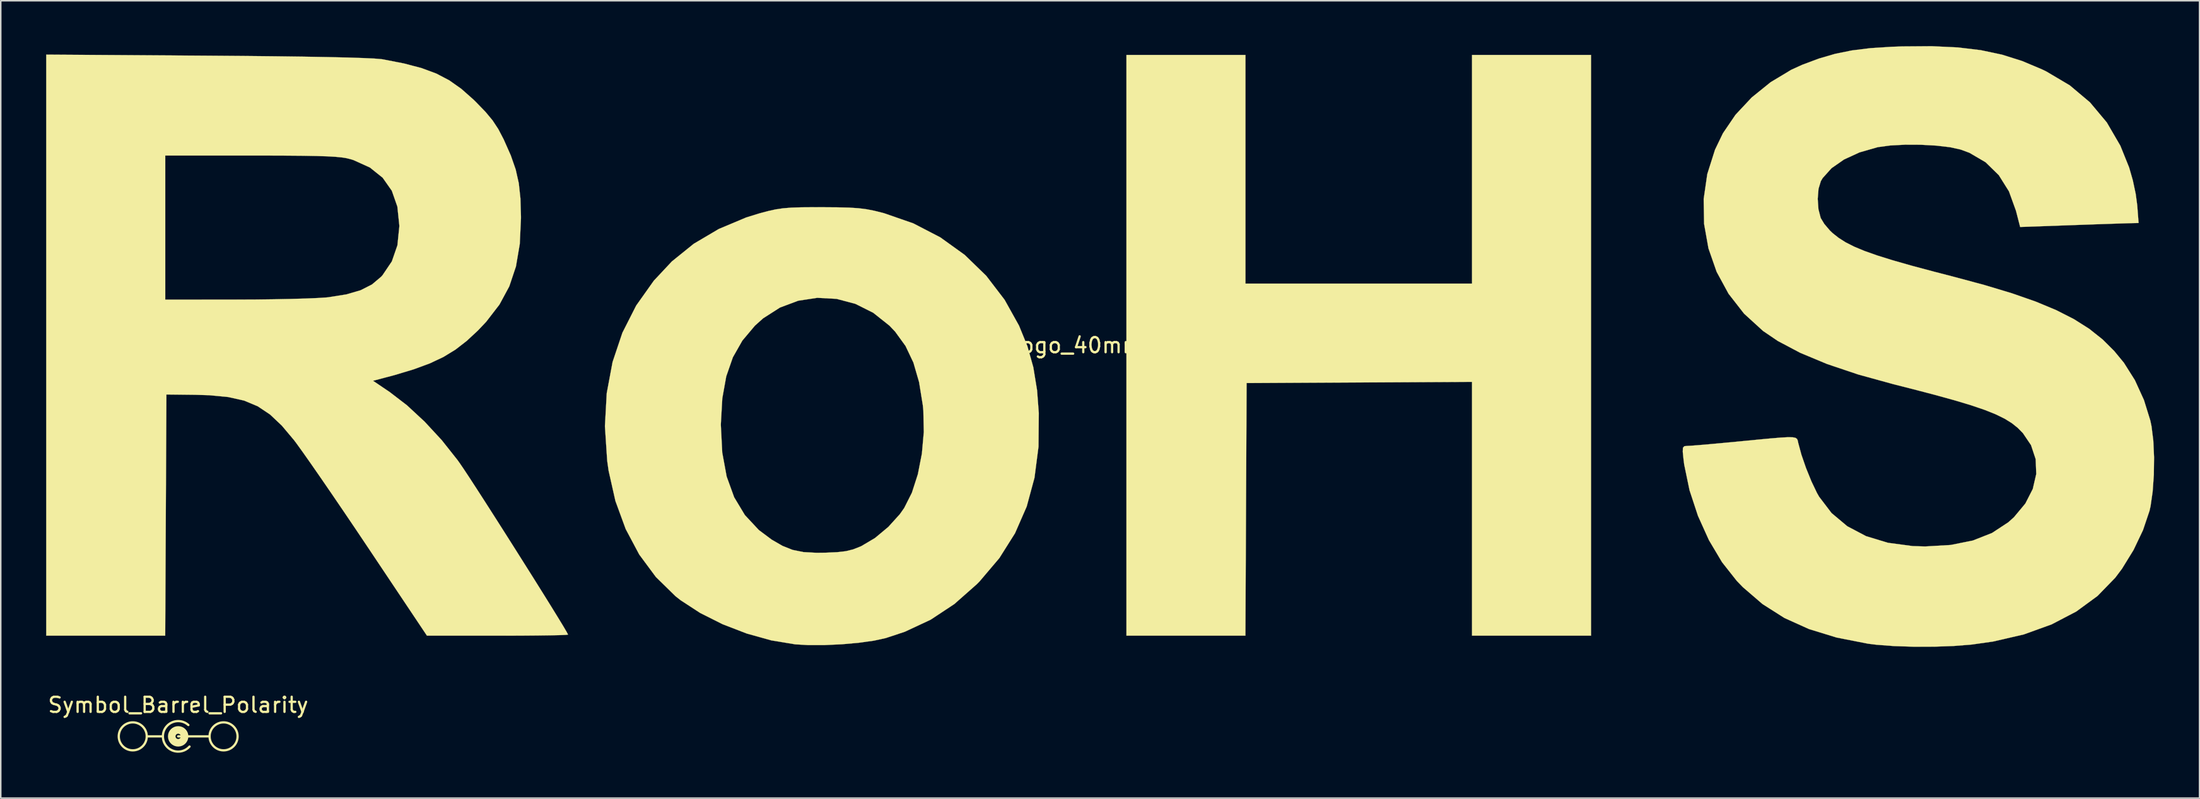
<source format=kicad_pcb>
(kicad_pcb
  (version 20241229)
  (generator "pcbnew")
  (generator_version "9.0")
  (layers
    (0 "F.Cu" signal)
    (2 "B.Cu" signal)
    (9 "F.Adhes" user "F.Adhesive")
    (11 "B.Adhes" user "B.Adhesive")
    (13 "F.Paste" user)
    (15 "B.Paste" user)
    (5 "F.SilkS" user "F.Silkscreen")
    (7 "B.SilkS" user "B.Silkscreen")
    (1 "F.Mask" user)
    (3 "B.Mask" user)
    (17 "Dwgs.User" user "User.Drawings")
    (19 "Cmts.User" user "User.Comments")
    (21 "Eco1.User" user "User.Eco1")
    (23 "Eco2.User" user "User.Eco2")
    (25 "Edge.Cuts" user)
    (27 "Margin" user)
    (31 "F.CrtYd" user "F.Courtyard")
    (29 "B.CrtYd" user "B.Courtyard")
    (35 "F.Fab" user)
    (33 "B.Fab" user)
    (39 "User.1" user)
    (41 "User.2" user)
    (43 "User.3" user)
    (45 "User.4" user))
  (footprint "RoHS-Logo_40mm_SilkScreen"
    (layer "F.Cu")
    (at 69.704 19.785)
    (property "Reference" "RoHS-Logo_40mm_SilkScreen" (at 0 0 0) (layer "F.SilkS") (effects (font (size 1 1) (thickness 0.15))))
    (attr exclude_from_pos_files exclude_from_bom)
    (fp_poly (pts (xy 9.525 -4.082) (xy 24.493 -4.082) (xy 24.493 -19.201) (xy 32.355 -19.201) (xy 32.355 19.201) (xy 24.493 19.201) (xy 24.493 2.416) (xy 9.601 2.495) (xy 9.522 19.201) (xy 1.663 19.201) (xy 1.663 -19.201) (xy 9.525 -19.201) (xy 9.525 -4.082)) (stroke (width 0.01) (type solid)) (fill yes) (layer "F.SilkS"))
    (fp_poly (pts (xy -18.445 -9.132) (xy -17.436 -9.125) (xy -16.658 -9.106) (xy -16.041 -9.066) (xy -15.514 -9) (xy -15.006 -8.901) (xy -14.447 -8.762) (xy -14.353 -8.737) (xy -12.419 -8.065) (xy -10.635 -7.14) (xy -9.022 -5.979) (xy -7.599 -4.597) (xy -6.387 -3.012) (xy -5.434 -1.302) (xy -4.88 0.057) (xy -4.489 1.453) (xy -4.242 2.971) (xy -4.128 4.476) (xy -4.147 6.701) (xy -4.412 8.758) (xy -4.927 10.661) (xy -5.698 12.426) (xy -6.732 14.068) (xy -8.033 15.603) (xy -8.233 15.806) (xy -9.709 17.11) (xy -11.273 18.144) (xy -12.977 18.94) (xy -14.238 19.359) (xy -15.027 19.531) (xy -16.025 19.67) (xy -17.142 19.769) (xy -18.285 19.822) (xy -19.365 19.823) (xy -20.216 19.773) (xy -21.794 19.513) (xy -23.421 19.059) (xy -25.017 18.443) (xy -26.5 17.698) (xy -27.791 16.856) (xy -28.134 16.585) (xy -29.425 15.319) (xy -30.524 13.834) (xy -31.418 12.152) (xy -32.097 10.296) (xy -32.548 8.29) (xy -32.641 7.635) (xy -32.791 5.346) (xy -32.788 5.292) (xy -25.132 5.292) (xy -25.04 7.093) (xy -24.749 8.675) (xy -24.252 10.048) (xy -23.545 11.224) (xy -22.623 12.214) (xy -21.771 12.851) (xy -21.063 13.26) (xy -20.397 13.526) (xy -19.679 13.672) (xy -18.812 13.72) (xy -18.218 13.713) (xy -17.441 13.678) (xy -16.865 13.611) (xy -16.39 13.493) (xy -15.917 13.306) (xy -15.842 13.272) (xy -14.947 12.74) (xy -14.069 12.008) (xy -13.309 11.168) (xy -13.02 10.757) (xy -12.511 9.746) (xy -12.117 8.522) (xy -11.851 7.161) (xy -11.725 5.735) (xy -11.755 4.319) (xy -11.789 3.967) (xy -12.036 2.435) (xy -12.411 1.142) (xy -12.932 0.043) (xy -13.618 -0.904) (xy -13.994 -1.3) (xy -15.066 -2.152) (xy -16.244 -2.742) (xy -17.489 -3.072) (xy -18.761 -3.141) (xy -20.02 -2.95) (xy -21.226 -2.498) (xy -22.34 -1.785) (xy -22.883 -1.298) (xy -23.711 -0.313) (xy -24.338 0.792) (xy -24.776 2.054) (xy -25.036 3.505) (xy -25.131 5.18) (xy -25.132 5.292) (xy -32.788 5.292) (xy -32.671 3.164) (xy -32.285 1.101) (xy -31.636 -0.834) (xy -30.726 -2.629) (xy -29.561 -4.273) (xy -28.369 -5.547) (xy -26.922 -6.716) (xy -25.268 -7.694) (xy -23.455 -8.456) (xy -22.59 -8.724) (xy -22.012 -8.878) (xy -21.515 -8.988) (xy -21.027 -9.061) (xy -20.479 -9.105) (xy -19.801 -9.127) (xy -18.922 -9.133) (xy -18.445 -9.132)) (stroke (width 0.01) (type solid)) (fill yes) (layer "F.SilkS"))
    (fp_poly (pts (xy -59.078 -19.153) (xy -56.703 -19.135) (xy -54.581 -19.113) (xy -52.719 -19.089) (xy -51.124 -19.061) (xy -49.802 -19.031) (xy -48.761 -18.997) (xy -48.007 -18.962) (xy -47.546 -18.923) (xy -47.474 -18.913) (xy -46.07 -18.639) (xy -44.909 -18.334) (xy -43.93 -17.971) (xy -43.074 -17.522) (xy -42.279 -16.961) (xy -41.486 -16.259) (xy -41.317 -16.094) (xy -40.681 -15.437) (xy -40.211 -14.871) (xy -39.836 -14.301) (xy -39.487 -13.633) (xy -39.468 -13.593) (xy -39.008 -12.555) (xy -38.686 -11.629) (xy -38.481 -10.716) (xy -38.373 -9.714) (xy -38.338 -8.525) (xy -38.338 -8.391) (xy -38.417 -6.698) (xy -38.668 -5.217) (xy -39.108 -3.899) (xy -39.758 -2.695) (xy -40.635 -1.557) (xy -41.185 -0.976) (xy -41.924 -0.29) (xy -42.663 0.283) (xy -43.457 0.769) (xy -44.359 1.194) (xy -45.421 1.586) (xy -46.698 1.971) (xy -47.604 2.212) (xy -48.112 2.343) (xy -46.999 3.097) (xy -45.867 3.967) (xy -44.7 5.05) (xy -43.567 6.275) (xy -42.538 7.574) (xy -42.386 7.786) (xy -42.126 8.168) (xy -41.748 8.74) (xy -41.273 9.471) (xy -40.72 10.329) (xy -40.11 11.283) (xy -39.462 12.301) (xy -38.796 13.352) (xy -38.133 14.403) (xy -37.491 15.423) (xy -36.892 16.381) (xy -36.355 17.245) (xy -35.9 17.984) (xy -35.547 18.564) (xy -35.317 18.956) (xy -35.228 19.127) (xy -35.227 19.13) (xy -35.372 19.148) (xy -35.784 19.164) (xy -36.424 19.178) (xy -37.258 19.189) (xy -38.248 19.197) (xy -39.358 19.201) (xy -39.888 19.201) (xy -44.548 19.201) (xy -48.411 13.418) (xy -49.243 12.176) (xy -50.062 10.964) (xy -50.844 9.815) (xy -51.566 8.762) (xy -52.206 7.839) (xy -52.74 7.079) (xy -53.145 6.516) (xy -53.33 6.269) (xy -54.132 5.314) (xy -54.911 4.577) (xy -55.724 4.033) (xy -56.627 3.655) (xy -57.675 3.42) (xy -58.925 3.3) (xy -59.863 3.272) (xy -61.761 3.251) (xy -61.8 11.226) (xy -61.84 19.201) (xy -69.699 19.201) (xy -69.699 -12.549) (xy -61.837 -12.549) (xy -61.837 -3.024) (xy -57.112 -3.025) (xy -55.872 -3.03) (xy -54.665 -3.045) (xy -53.54 -3.067) (xy -52.551 -3.095) (xy -51.747 -3.129) (xy -51.18 -3.166) (xy -51.066 -3.178) (xy -49.876 -3.367) (xy -48.931 -3.642) (xy -48.181 -4.024) (xy -47.577 -4.533) (xy -47.487 -4.632) (xy -46.868 -5.549) (xy -46.499 -6.616) (xy -46.374 -7.85) (xy -46.374 -7.938) (xy -46.503 -9.173) (xy -46.869 -10.221) (xy -47.473 -11.081) (xy -48.315 -11.757) (xy -49.396 -12.247) (xy -49.595 -12.309) (xy -49.852 -12.373) (xy -50.173 -12.425) (xy -50.59 -12.466) (xy -51.134 -12.497) (xy -51.836 -12.519) (xy -52.729 -12.535) (xy -53.842 -12.544) (xy -55.209 -12.548) (xy -56.119 -12.549) (xy -61.837 -12.549) (xy -69.699 -12.549) (xy -69.699 -19.223) (xy -59.078 -19.153)) (stroke (width 0.01) (type solid)) (fill yes) (layer "F.SilkS"))
    (fp_poly (pts (xy 56.578 -19.7) (xy 58.106 -19.517) (xy 59.507 -19.22) (xy 60.832 -18.802) (xy 62.137 -18.252) (xy 62.425 -18.113) (xy 63.982 -17.191) (xy 65.316 -16.067) (xy 66.429 -14.737) (xy 67.324 -13.198) (xy 67.902 -11.764) (xy 68.147 -10.911) (xy 68.338 -10.009) (xy 68.438 -9.262) (xy 68.528 -8.089) (xy 68.093 -8.08) (xy 67.819 -8.073) (xy 67.293 -8.056) (xy 66.564 -8.032) (xy 65.681 -8.002) (xy 64.693 -7.967) (xy 64.18 -7.949) (xy 60.703 -7.826) (xy 60.428 -8.895) (xy 59.964 -10.18) (xy 59.292 -11.253) (xy 58.419 -12.106) (xy 57.355 -12.73) (xy 56.772 -12.946) (xy 56.072 -13.1) (xy 55.166 -13.206) (xy 54.145 -13.263) (xy 53.104 -13.267) (xy 52.133 -13.216) (xy 51.325 -13.108) (xy 51.267 -13.096) (xy 50.092 -12.758) (xy 49.069 -12.288) (xy 48.242 -11.712) (xy 47.656 -11.058) (xy 47.536 -10.855) (xy 47.383 -10.347) (xy 47.33 -9.684) (xy 47.378 -8.998) (xy 47.527 -8.422) (xy 47.527 -8.422) (xy 47.766 -8.026) (xy 48.136 -7.591) (xy 48.316 -7.419) (xy 48.712 -7.105) (xy 49.175 -6.811) (xy 49.733 -6.527) (xy 50.416 -6.242) (xy 51.254 -5.945) (xy 52.277 -5.625) (xy 53.515 -5.272) (xy 54.998 -4.875) (xy 56.243 -4.553) (xy 58.335 -3.991) (xy 60.155 -3.443) (xy 61.729 -2.893) (xy 63.087 -2.327) (xy 64.257 -1.731) (xy 65.267 -1.091) (xy 66.146 -0.392) (xy 66.92 0.379) (xy 67.558 1.154) (xy 68.283 2.303) (xy 68.883 3.619) (xy 69.303 4.974) (xy 69.383 5.357) (xy 69.5 6.301) (xy 69.55 7.405) (xy 69.535 8.564) (xy 69.457 9.676) (xy 69.319 10.635) (xy 69.25 10.943) (xy 68.821 12.218) (xy 68.194 13.535) (xy 67.431 14.775) (xy 66.989 15.364) (xy 65.82 16.569) (xy 64.414 17.601) (xy 62.784 18.453) (xy 60.944 19.118) (xy 58.908 19.589) (xy 57.484 19.79) (xy 56.31 19.882) (xy 55 19.929) (xy 53.651 19.93) (xy 52.356 19.887) (xy 51.211 19.8) (xy 50.649 19.73) (xy 48.582 19.325) (xy 46.753 18.763) (xy 45.13 18.03) (xy 43.684 17.111) (xy 42.386 15.993) (xy 41.987 15.581) (xy 41.011 14.344) (xy 40.144 12.885) (xy 39.418 11.275) (xy 38.862 9.585) (xy 38.509 7.884) (xy 38.463 7.522) (xy 38.414 7.034) (xy 38.425 6.774) (xy 38.518 6.671) (xy 38.713 6.652) (xy 38.723 6.652) (xy 38.979 6.638) (xy 39.484 6.598) (xy 40.187 6.538) (xy 41.037 6.46) (xy 41.981 6.371) (xy 42.182 6.352) (xy 43.342 6.239) (xy 44.236 6.155) (xy 44.9 6.1) (xy 45.37 6.075) (xy 45.68 6.081) (xy 45.867 6.12) (xy 45.965 6.192) (xy 46.011 6.298) (xy 46.04 6.44) (xy 46.045 6.463) (xy 46.253 7.232) (xy 46.559 8.118) (xy 46.917 9) (xy 47.279 9.758) (xy 47.422 10.011) (xy 48.246 11.093) (xy 49.283 11.963) (xy 50.525 12.619) (xy 51.966 13.057) (xy 53.599 13.275) (xy 54.429 13.3) (xy 56.115 13.202) (xy 57.582 12.907) (xy 58.846 12.408) (xy 59.919 11.703) (xy 60.295 11.365) (xy 61.046 10.462) (xy 61.538 9.497) (xy 61.767 8.507) (xy 61.729 7.529) (xy 61.421 6.599) (xy 60.885 5.806) (xy 60.548 5.462) (xy 60.155 5.147) (xy 59.678 4.851) (xy 59.089 4.562) (xy 58.36 4.27) (xy 57.464 3.965) (xy 56.374 3.637) (xy 55.06 3.274) (xy 53.496 2.866) (xy 52.358 2.578) (xy 50.01 1.931) (xy 47.947 1.236) (xy 46.174 0.496) (xy 44.694 -0.288) (xy 43.721 -0.948) (xy 42.464 -2.095) (xy 41.439 -3.411) (xy 40.652 -4.86) (xy 40.112 -6.41) (xy 39.824 -8.027) (xy 39.796 -9.675) (xy 40.034 -11.323) (xy 40.545 -12.936) (xy 41.067 -14.021) (xy 41.899 -15.246) (xy 42.97 -16.39) (xy 44.218 -17.399) (xy 45.58 -18.219) (xy 46.298 -18.547) (xy 47.409 -18.963) (xy 48.479 -19.275) (xy 49.586 -19.5) (xy 50.805 -19.651) (xy 52.213 -19.741) (xy 52.919 -19.766) (xy 54.866 -19.78) (xy 56.578 -19.7)) (stroke (width 0.01) (type solid)) (fill yes) (layer "F.SilkS")))
  (footprint "Symbol_Barrel_Polarity"
    (layer "F.Cu")
    (at 8.72 45.568)
    (property "Reference" "Symbol_Barrel_Polarity" (at 0 -2 0) (layer "F.SilkS") (effects (font (size 1 1) (thickness 0.15))))
    (attr through_hole)
    (fp_line (start -2 0.075) (end -1.1 0.075) (stroke (width 0.15) (type solid)) (layer "F.SilkS"))
    (fp_line (start 0 0.075) (end 2 0.075) (stroke (width 0.15) (type solid)) (layer "F.SilkS"))
    (fp_arc (start 0.75 0.75) (mid -1.007627 0.128033) (end 0.675 -0.675) (stroke (width 0.15) (type solid)) (layer "F.SilkS"))
    (fp_circle (center -3 0.075) (end -3 1) (stroke (width 0.15) (type solid)) (fill no) (layer "F.SilkS"))
    (fp_circle (center 0 0.075) (end 0 0.25) (stroke (width 0.5) (type solid)) (fill no) (layer "F.SilkS"))
    (fp_circle (center 3 0.075) (end 3 1) (stroke (width 0.15) (type solid)) (fill no) (layer "F.SilkS")))
  (gr_rect
    (start -3 -3)
    (end 142.259 49.727)
    (stroke (width 0.1) (type default))
    (fill no)
    (layer "Edge.Cuts")))
</source>
